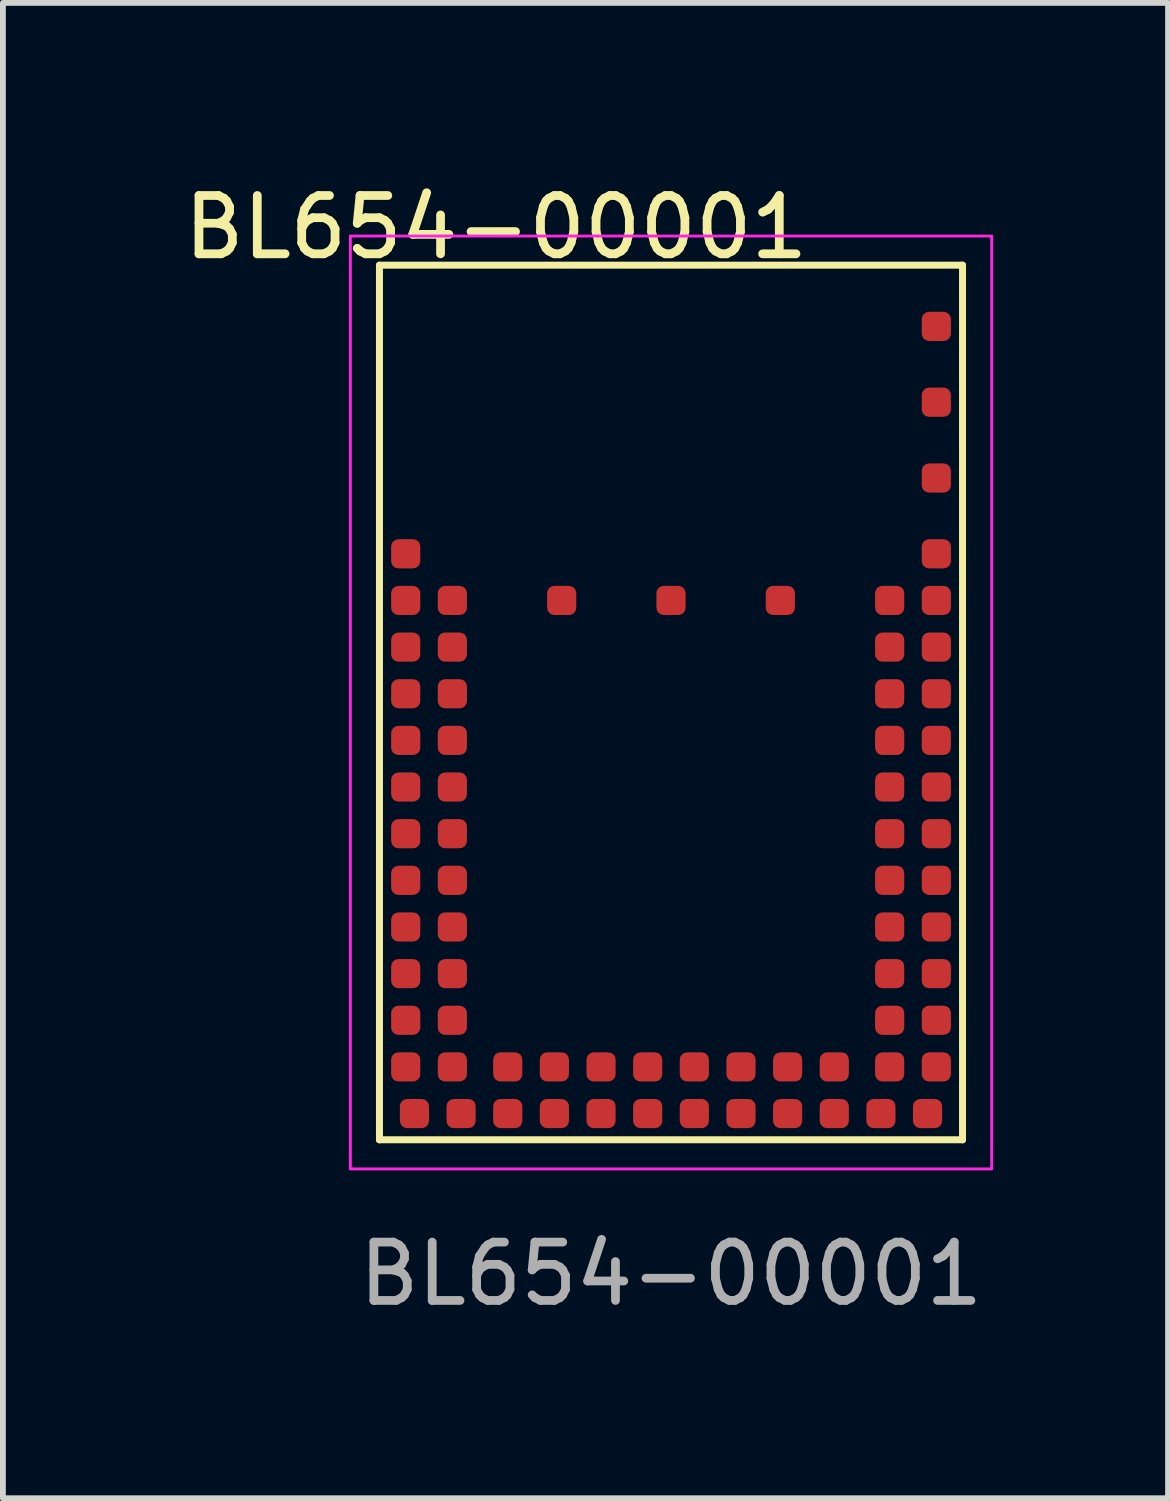
<source format=kicad_pcb>
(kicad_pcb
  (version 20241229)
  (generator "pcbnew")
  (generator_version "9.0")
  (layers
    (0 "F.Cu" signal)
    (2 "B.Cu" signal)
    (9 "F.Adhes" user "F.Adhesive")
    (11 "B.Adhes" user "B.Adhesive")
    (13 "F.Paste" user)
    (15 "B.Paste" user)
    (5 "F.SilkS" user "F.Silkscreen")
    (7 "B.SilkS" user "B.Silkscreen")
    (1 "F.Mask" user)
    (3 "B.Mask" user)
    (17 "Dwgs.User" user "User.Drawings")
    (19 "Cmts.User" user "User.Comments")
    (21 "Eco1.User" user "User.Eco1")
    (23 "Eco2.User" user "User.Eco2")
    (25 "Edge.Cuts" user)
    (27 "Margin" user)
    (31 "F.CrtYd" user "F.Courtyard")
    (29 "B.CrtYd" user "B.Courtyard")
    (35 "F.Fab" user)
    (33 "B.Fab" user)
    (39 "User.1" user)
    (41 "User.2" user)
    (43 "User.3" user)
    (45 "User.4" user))
  (footprint "BL654-00001"
    (layer "F.Cu")
    (at 8.458 8.998)
    (property "Reference" "BL654-00001" (at -3 -8.15 0) (unlocked yes) (layer "F.SilkS") (effects (font (size 1 1) (thickness 0.15))))
    (attr smd)
    (fp_line (start -5 -7.5) (end 5 -7.5) (stroke (width 0.12) (type solid)) (layer "F.SilkS"))
    (fp_line (start -5 7.5) (end -5 -7.5) (stroke (width 0.12) (type solid)) (layer "F.SilkS"))
    (fp_line (start 5 -7.5) (end 5 7.5) (stroke (width 0.12) (type solid)) (layer "F.SilkS"))
    (fp_line (start 5 7.5) (end -5 7.5) (stroke (width 0.12) (type solid)) (layer "F.SilkS"))
    (fp_rect (start -5.5 -8) (end 5.5 8) (stroke (width 0.05) (type default)) (fill no) (layer "F.CrtYd"))
    (fp_text user "${REFERENCE}" (at 0 9.8 0) (unlocked yes) (layer "F.Fab") (effects (font (size 1 1) (thickness 0.15))))
    (pad "0" smd roundrect (at 4.55 -2.55 90) (size 0.5 0.5) (layers "F.Cu" "F.Mask" "F.Paste") (roundrect_rratio 0.25))
    (pad "1" smd roundrect (at 4.55 -1.75 90) (size 0.5 0.5) (layers "F.Cu" "F.Mask" "F.Paste") (roundrect_rratio 0.25))
    (pad "2" smd roundrect (at 3.75 -1.75 90) (size 0.5 0.5) (layers "F.Cu" "F.Mask" "F.Paste") (roundrect_rratio 0.25))
    (pad "3" smd roundrect (at 4.55 -0.95 90) (size 0.5 0.5) (layers "F.Cu" "F.Mask" "F.Paste") (roundrect_rratio 0.25))
    (pad "4" smd roundrect (at 3.75 -0.95 90) (size 0.5 0.5) (layers "F.Cu" "F.Mask" "F.Paste") (roundrect_rratio 0.25))
    (pad "5" smd roundrect (at 4.55 -0.15 90) (size 0.5 0.5) (layers "F.Cu" "F.Mask" "F.Paste") (roundrect_rratio 0.25))
    (pad "6" smd roundrect (at 3.75 -0.15 90) (size 0.5 0.5) (layers "F.Cu" "F.Mask" "F.Paste") (roundrect_rratio 0.25))
    (pad "7" smd roundrect (at 4.55 0.65 90) (size 0.5 0.5) (layers "F.Cu" "F.Mask" "F.Paste") (roundrect_rratio 0.25))
    (pad "8" smd roundrect (at 3.75 0.65 90) (size 0.5 0.5) (layers "F.Cu" "F.Mask" "F.Paste") (roundrect_rratio 0.25))
    (pad "9" smd roundrect (at 4.55 1.45 90) (size 0.5 0.5) (layers "F.Cu" "F.Mask" "F.Paste") (roundrect_rratio 0.25))
    (pad "10" smd roundrect (at 3.75 1.45 90) (size 0.5 0.5) (layers "F.Cu" "F.Mask" "F.Paste") (roundrect_rratio 0.25))
    (pad "11" smd roundrect (at 4.55 2.25 90) (size 0.5 0.5) (layers "F.Cu" "F.Mask" "F.Paste") (roundrect_rratio 0.25))
    (pad "12" smd roundrect (at 3.75 2.25 90) (size 0.5 0.5) (layers "F.Cu" "F.Mask" "F.Paste") (roundrect_rratio 0.25))
    (pad "13" smd roundrect (at 4.55 3.05 90) (size 0.5 0.5) (layers "F.Cu" "F.Mask" "F.Paste") (roundrect_rratio 0.25))
    (pad "14" smd roundrect (at 3.75 3.05 90) (size 0.5 0.5) (layers "F.Cu" "F.Mask" "F.Paste") (roundrect_rratio 0.25))
    (pad "15" smd roundrect (at 4.55 3.85 90) (size 0.5 0.5) (layers "F.Cu" "F.Mask" "F.Paste") (roundrect_rratio 0.25))
    (pad "16" smd roundrect (at 3.75 3.85 90) (size 0.5 0.5) (layers "F.Cu" "F.Mask" "F.Paste") (roundrect_rratio 0.25))
    (pad "17" smd roundrect (at 4.55 4.65 90) (size 0.5 0.5) (layers "F.Cu" "F.Mask" "F.Paste") (roundrect_rratio 0.25))
    (pad "18" smd roundrect (at 3.75 4.65 90) (size 0.5 0.5) (layers "F.Cu" "F.Mask" "F.Paste") (roundrect_rratio 0.25))
    (pad "19" smd roundrect (at 4.55 5.45 90) (size 0.5 0.5) (layers "F.Cu" "F.Mask" "F.Paste") (roundrect_rratio 0.25))
    (pad "20" smd roundrect (at 3.75 5.45 90) (size 0.5 0.5) (layers "F.Cu" "F.Mask" "F.Paste") (roundrect_rratio 0.25))
    (pad "21" smd roundrect (at 4.55 6.25 90) (size 0.5 0.5) (layers "F.Cu" "F.Mask" "F.Paste") (roundrect_rratio 0.25))
    (pad "22" smd roundrect (at 3.75 6.25 90) (size 0.5 0.5) (layers "F.Cu" "F.Mask" "F.Paste") (roundrect_rratio 0.25))
    (pad "23" smd roundrect (at 4.4 7.05 90) (size 0.5 0.5) (layers "F.Cu" "F.Mask" "F.Paste") (roundrect_rratio 0.25))
    (pad "24" smd roundrect (at 3.6 7.05 90) (size 0.5 0.5) (layers "F.Cu" "F.Mask" "F.Paste") (roundrect_rratio 0.25))
    (pad "25" smd roundrect (at 2.8 7.05 90) (size 0.5 0.5) (layers "F.Cu" "F.Mask" "F.Paste") (roundrect_rratio 0.25))
    (pad "26" smd roundrect (at 2.8 6.25 90) (size 0.5 0.5) (layers "F.Cu" "F.Mask" "F.Paste") (roundrect_rratio 0.25))
    (pad "27" smd roundrect (at 2 7.05 90) (size 0.5 0.5) (layers "F.Cu" "F.Mask" "F.Paste") (roundrect_rratio 0.25))
    (pad "28" smd roundrect (at 2 6.25 90) (size 0.5 0.5) (layers "F.Cu" "F.Mask" "F.Paste") (roundrect_rratio 0.25))
    (pad "29" smd roundrect (at 1.2 7.05 90) (size 0.5 0.5) (layers "F.Cu" "F.Mask" "F.Paste") (roundrect_rratio 0.25))
    (pad "30" smd roundrect (at 1.2 6.25 90) (size 0.5 0.5) (layers "F.Cu" "F.Mask" "F.Paste") (roundrect_rratio 0.25))
    (pad "31" smd roundrect (at 0.4 7.05 90) (size 0.5 0.5) (layers "F.Cu" "F.Mask" "F.Paste") (roundrect_rratio 0.25))
    (pad "32" smd roundrect (at 0.4 6.25 90) (size 0.5 0.5) (layers "F.Cu" "F.Mask" "F.Paste") (roundrect_rratio 0.25))
    (pad "33" smd roundrect (at -0.4 7.05 90) (size 0.5 0.5) (layers "F.Cu" "F.Mask" "F.Paste") (roundrect_rratio 0.25))
    (pad "34" smd roundrect (at -0.4 6.25 90) (size 0.5 0.5) (layers "F.Cu" "F.Mask" "F.Paste") (roundrect_rratio 0.25))
    (pad "35" smd roundrect (at -1.2 7.05 90) (size 0.5 0.5) (layers "F.Cu" "F.Mask" "F.Paste") (roundrect_rratio 0.25))
    (pad "36" smd roundrect (at -1.2 6.25 90) (size 0.5 0.5) (layers "F.Cu" "F.Mask" "F.Paste") (roundrect_rratio 0.25))
    (pad "37" smd roundrect (at -2 7.05 90) (size 0.5 0.5) (layers "F.Cu" "F.Mask" "F.Paste") (roundrect_rratio 0.25))
    (pad "38" smd roundrect (at -2 6.25 90) (size 0.5 0.5) (layers "F.Cu" "F.Mask" "F.Paste") (roundrect_rratio 0.25))
    (pad "39" smd roundrect (at -2.8 7.05 90) (size 0.5 0.5) (layers "F.Cu" "F.Mask" "F.Paste") (roundrect_rratio 0.25))
    (pad "40" smd roundrect (at -2.8 6.25 90) (size 0.5 0.5) (layers "F.Cu" "F.Mask" "F.Paste") (roundrect_rratio 0.25))
    (pad "41" smd roundrect (at -3.6 7.05 90) (size 0.5 0.5) (layers "F.Cu" "F.Mask" "F.Paste") (roundrect_rratio 0.25))
    (pad "42" smd roundrect (at -4.4 7.05 90) (size 0.5 0.5) (layers "F.Cu" "F.Mask" "F.Paste") (roundrect_rratio 0.25))
    (pad "43" smd roundrect (at -4.55 6.25 90) (size 0.5 0.5) (layers "F.Cu" "F.Mask" "F.Paste") (roundrect_rratio 0.25))
    (pad "44" smd roundrect (at -3.75 6.25 90) (size 0.5 0.5) (layers "F.Cu" "F.Mask" "F.Paste") (roundrect_rratio 0.25))
    (pad "45" smd roundrect (at -4.55 5.45 90) (size 0.5 0.5) (layers "F.Cu" "F.Mask" "F.Paste") (roundrect_rratio 0.25))
    (pad "46" smd roundrect (at -3.75 5.45 90) (size 0.5 0.5) (layers "F.Cu" "F.Mask" "F.Paste") (roundrect_rratio 0.25))
    (pad "47" smd roundrect (at -4.55 4.65 90) (size 0.5 0.5) (layers "F.Cu" "F.Mask" "F.Paste") (roundrect_rratio 0.25))
    (pad "48" smd roundrect (at -3.75 4.65 90) (size 0.5 0.5) (layers "F.Cu" "F.Mask" "F.Paste") (roundrect_rratio 0.25))
    (pad "49" smd roundrect (at -4.55 3.85 90) (size 0.5 0.5) (layers "F.Cu" "F.Mask" "F.Paste") (roundrect_rratio 0.25))
    (pad "50" smd roundrect (at -3.75 3.85 90) (size 0.5 0.5) (layers "F.Cu" "F.Mask" "F.Paste") (roundrect_rratio 0.25))
    (pad "51" smd roundrect (at -4.55 3.05 90) (size 0.5 0.5) (layers "F.Cu" "F.Mask" "F.Paste") (roundrect_rratio 0.25))
    (pad "52" smd roundrect (at -3.75 3.05 90) (size 0.5 0.5) (layers "F.Cu" "F.Mask" "F.Paste") (roundrect_rratio 0.25))
    (pad "53" smd roundrect (at -4.55 2.25 90) (size 0.5 0.5) (layers "F.Cu" "F.Mask" "F.Paste") (roundrect_rratio 0.25))
    (pad "54" smd roundrect (at -3.75 2.25 90) (size 0.5 0.5) (layers "F.Cu" "F.Mask" "F.Paste") (roundrect_rratio 0.25))
    (pad "55" smd roundrect (at -4.55 1.45 90) (size 0.5 0.5) (layers "F.Cu" "F.Mask" "F.Paste") (roundrect_rratio 0.25))
    (pad "56" smd roundrect (at -3.75 1.45 90) (size 0.5 0.5) (layers "F.Cu" "F.Mask" "F.Paste") (roundrect_rratio 0.25))
    (pad "57" smd roundrect (at -4.55 0.65 90) (size 0.5 0.5) (layers "F.Cu" "F.Mask" "F.Paste") (roundrect_rratio 0.25))
    (pad "58" smd roundrect (at -3.75 0.65 90) (size 0.5 0.5) (layers "F.Cu" "F.Mask" "F.Paste") (roundrect_rratio 0.25))
    (pad "59" smd roundrect (at -4.55 -0.15 90) (size 0.5 0.5) (layers "F.Cu" "F.Mask" "F.Paste") (roundrect_rratio 0.25))
    (pad "60" smd roundrect (at -3.75 -0.15 90) (size 0.5 0.5) (layers "F.Cu" "F.Mask" "F.Paste") (roundrect_rratio 0.25))
    (pad "61" smd roundrect (at -4.55 -0.95 90) (size 0.5 0.5) (layers "F.Cu" "F.Mask" "F.Paste") (roundrect_rratio 0.25))
    (pad "62" smd roundrect (at -3.75 -0.95 90) (size 0.5 0.5) (layers "F.Cu" "F.Mask" "F.Paste") (roundrect_rratio 0.25))
    (pad "63" smd roundrect (at -4.55 -1.75 90) (size 0.5 0.5) (layers "F.Cu" "F.Mask" "F.Paste") (roundrect_rratio 0.25))
    (pad "64" smd roundrect (at -3.75 -1.75 90) (size 0.5 0.5) (layers "F.Cu" "F.Mask" "F.Paste") (roundrect_rratio 0.25))
    (pad "65" smd roundrect (at -4.55 -2.55 90) (size 0.5 0.5) (layers "F.Cu" "F.Mask" "F.Paste") (roundrect_rratio 0.25))
    (pad "66" smd roundrect (at 4.55 -3.85 90) (size 0.5 0.5) (layers "F.Cu" "F.Mask" "F.Paste") (roundrect_rratio 0.25))
    (pad "67" smd roundrect (at 4.55 -5.15 90) (size 0.5 0.5) (layers "F.Cu" "F.Mask" "F.Paste") (roundrect_rratio 0.25))
    (pad "68" smd roundrect (at 4.55 -6.45 90) (size 0.5 0.5) (layers "F.Cu" "F.Mask" "F.Paste") (roundrect_rratio 0.25))
    (pad "69" smd roundrect (at -1.875 -1.75 90) (size 0.5 0.5) (layers "F.Cu" "F.Mask" "F.Paste") (roundrect_rratio 0.25))
    (pad "70" smd roundrect (at 0 -1.75 90) (size 0.5 0.5) (layers "F.Cu" "F.Mask" "F.Paste") (roundrect_rratio 0.25))
    (pad "71" smd roundrect (at 1.875 -1.75 90) (size 0.5 0.5) (layers "F.Cu" "F.Mask" "F.Paste") (roundrect_rratio 0.25))
    (zone (net_name "") (layers "F.Cu" "B.Cu") (name "keep out top") (hatch full 0.508) (connect_pads) (min_thickness 0.254) (filled_areas_thickness no) (keepout (tracks not_allowed) (vias not_allowed) (pads not_allowed) (copperpour not_allowed) (footprints allowed)) (placement (enabled no)) (fill) (polygon (pts (xy 12.758 1.498) (xy 12.758 6.198) (xy 12.758 6.998) (xy 4.158 6.998) (xy 4.158 6.198) (xy 3.508 6.198) (xy 3.508 1.498)))))
  (gr_rect
    (start -3 -3)
    (end 16.983 22.646)
    (stroke (width 0.1) (type default))
    (fill no)
    (layer "Edge.Cuts")))
</source>
